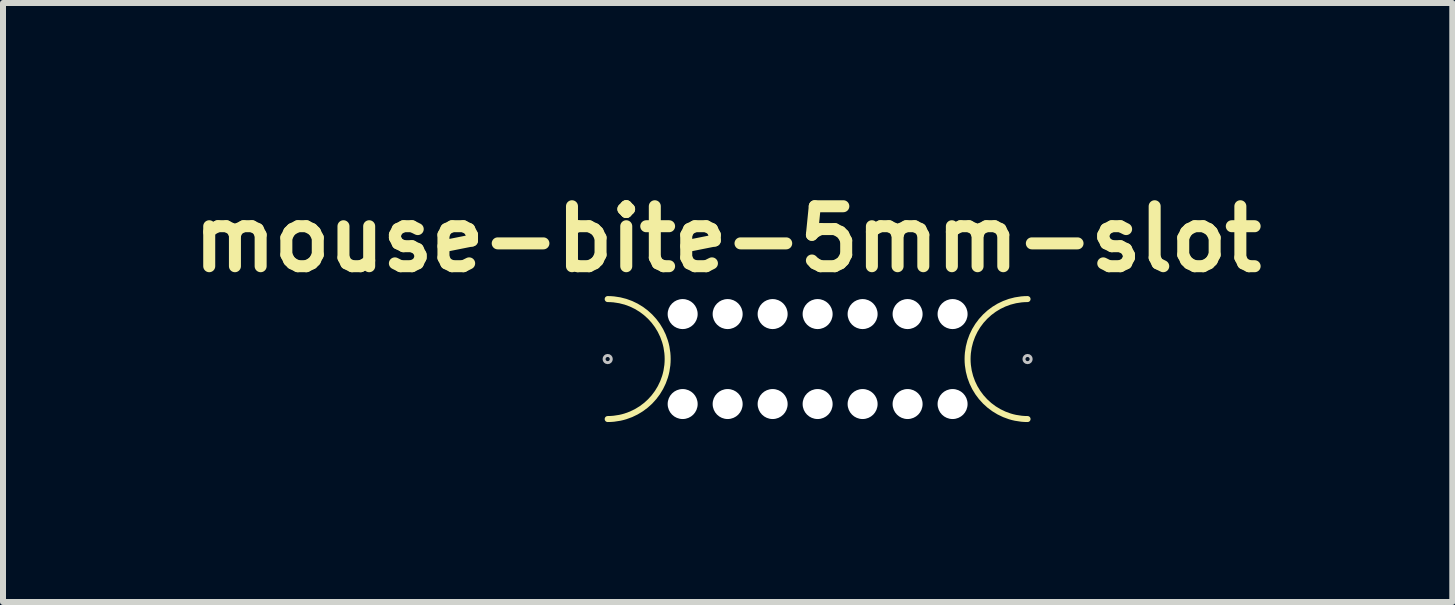
<source format=kicad_pcb>
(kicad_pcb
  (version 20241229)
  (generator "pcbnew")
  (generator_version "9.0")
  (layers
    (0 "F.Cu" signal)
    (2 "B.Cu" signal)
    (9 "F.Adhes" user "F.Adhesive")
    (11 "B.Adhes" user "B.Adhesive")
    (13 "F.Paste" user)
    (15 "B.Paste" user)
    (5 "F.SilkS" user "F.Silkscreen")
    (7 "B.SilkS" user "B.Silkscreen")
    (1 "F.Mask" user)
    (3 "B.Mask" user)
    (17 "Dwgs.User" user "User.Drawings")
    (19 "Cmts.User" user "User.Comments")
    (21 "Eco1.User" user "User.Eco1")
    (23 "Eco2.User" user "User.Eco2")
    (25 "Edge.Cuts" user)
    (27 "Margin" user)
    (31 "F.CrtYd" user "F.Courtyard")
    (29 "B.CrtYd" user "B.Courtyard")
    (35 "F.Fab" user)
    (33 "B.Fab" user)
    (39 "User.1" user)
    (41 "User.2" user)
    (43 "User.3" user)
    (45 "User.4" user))
  (footprint "mouse-bite-5mm-slot"
    (layer "F.Cu")
    (at 9.081 2.936)
    (property "Reference" "mouse-bite-5mm-slot" (at 0 -2 0) (layer "F.SilkS") (effects (font (size 1 1) (thickness 0.2))))
    (attr through_hole)
    (fp_arc (start -2 -1) (mid -1 0) (end -2 1) (stroke (width 0.1) (type solid)) (layer "F.SilkS"))
    (fp_arc (start 5 1) (mid 4 0) (end 5 -1) (stroke (width 0.1) (type solid)) (layer "F.SilkS"))
    (fp_circle (center -2 0) (end -2 -0.06) (stroke (width 0.05) (type solid)) (fill no) (layer "Dwgs.User"))
    (fp_circle (center 5 0) (end 5.06 0) (stroke (width 0.05) (type solid)) (fill no) (layer "Dwgs.User"))
    (fp_line (start -2 0) (end -2 0) (stroke (width 2) (type solid)) (layer "Eco1.User"))
    (fp_line (start 5 0) (end 5 0) (stroke (width 2) (type solid)) (layer "Eco1.User"))
    (pad "" np_thru_hole circle (at -0.75 -0.75) (size 0.5 0.5) (drill 0.5) (layers "*.Cu" "*.Mask"))
    (pad "" np_thru_hole circle (at -0.75 0.75) (size 0.5 0.5) (drill 0.5) (layers "*.Cu" "*.Mask"))
    (pad "" np_thru_hole circle (at 0 -0.75) (size 0.5 0.5) (drill 0.5) (layers "*.Cu" "*.Mask"))
    (pad "" np_thru_hole circle (at 0 0.75) (size 0.5 0.5) (drill 0.5) (layers "*.Cu" "*.Mask"))
    (pad "" np_thru_hole circle (at 0.75 -0.75) (size 0.5 0.5) (drill 0.5) (layers "*.Cu" "*.Mask"))
    (pad "" np_thru_hole circle (at 0.75 0.75) (size 0.5 0.5) (drill 0.5) (layers "*.Cu" "*.Mask"))
    (pad "" np_thru_hole circle (at 1.5 -0.75) (size 0.5 0.5) (drill 0.5) (layers "*.Cu" "*.Mask"))
    (pad "" np_thru_hole circle (at 1.5 0.75) (size 0.5 0.5) (drill 0.5) (layers "*.Cu" "*.Mask"))
    (pad "" np_thru_hole circle (at 2.25 -0.75) (size 0.5 0.5) (drill 0.5) (layers "*.Cu" "*.Mask"))
    (pad "" np_thru_hole circle (at 2.25 0.75) (size 0.5 0.5) (drill 0.5) (layers "*.Cu" "*.Mask"))
    (pad "" np_thru_hole circle (at 3 -0.75) (size 0.5 0.5) (drill 0.5) (layers "*.Cu" "*.Mask"))
    (pad "" np_thru_hole circle (at 3 0.75) (size 0.5 0.5) (drill 0.5) (layers "*.Cu" "*.Mask"))
    (pad "" np_thru_hole circle (at 3.75 -0.75) (size 0.5 0.5) (drill 0.5) (layers "*.Cu" "*.Mask"))
    (pad "" np_thru_hole circle (at 3.75 0.75) (size 0.5 0.5) (drill 0.5) (layers "*.Cu" "*.Mask")))
  (gr_rect
    (start -3 -3)
    (end 21.162 6.986)
    (stroke (width 0.1) (type default))
    (fill no)
    (layer "Edge.Cuts")))
</source>
